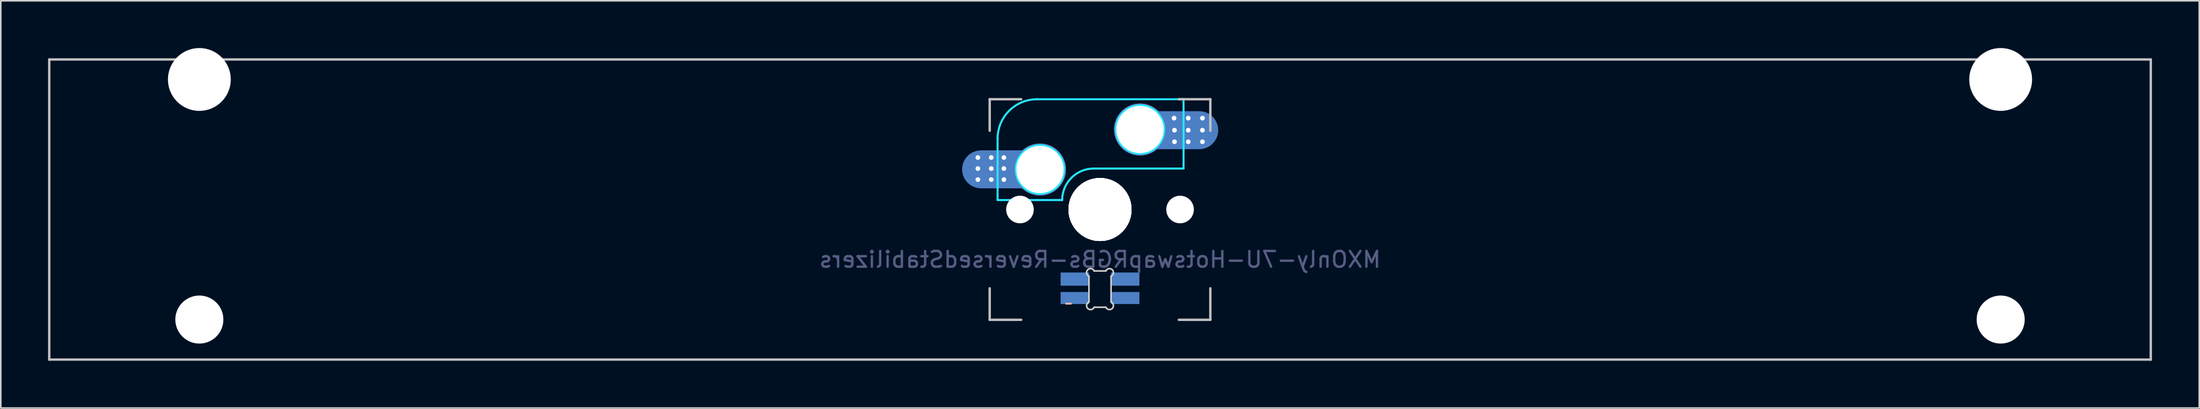
<source format=kicad_pcb>
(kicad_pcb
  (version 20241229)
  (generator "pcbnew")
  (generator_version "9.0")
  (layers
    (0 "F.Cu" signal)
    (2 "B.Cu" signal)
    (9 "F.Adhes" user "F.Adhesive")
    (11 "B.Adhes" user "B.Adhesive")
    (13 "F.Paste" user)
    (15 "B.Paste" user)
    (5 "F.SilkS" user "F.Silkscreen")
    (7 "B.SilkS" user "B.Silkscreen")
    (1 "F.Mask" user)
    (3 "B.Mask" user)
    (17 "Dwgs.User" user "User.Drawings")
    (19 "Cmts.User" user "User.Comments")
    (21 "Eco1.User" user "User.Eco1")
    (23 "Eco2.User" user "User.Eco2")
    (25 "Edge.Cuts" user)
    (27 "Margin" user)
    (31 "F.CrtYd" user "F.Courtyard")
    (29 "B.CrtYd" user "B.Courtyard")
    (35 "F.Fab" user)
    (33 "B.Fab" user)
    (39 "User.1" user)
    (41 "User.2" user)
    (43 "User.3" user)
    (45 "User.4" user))
  (footprint "MXOnly-7U-HotswapRGBs-ReversedStabilizers"
    (layer "F.Cu")
    (at 66.75 10.249)
    (property "Reference" "MXOnly-7U-HotswapRGBs-ReversedStabilizers" (at 0 3.175 0) (layer "B.Fab") (effects (font (size 1 1) (thickness 0.15)) (justify mirror)))
    (attr smd)
    (fp_line (start -2.15 5.975) (end -1.85 5.975) (stroke (width 0.12) (type solid)) (layer "B.SilkS"))
    (fp_line (start -66.675 -9.525) (end 66.675 -9.525) (stroke (width 0.15) (type solid)) (layer "Dwgs.User"))
    (fp_line (start -66.675 9.525) (end -66.675 -9.525) (stroke (width 0.15) (type solid)) (layer "Dwgs.User"))
    (fp_line (start -7 -7) (end -7 -5) (stroke (width 0.15) (type solid)) (layer "Dwgs.User"))
    (fp_line (start -7 5) (end -7 7) (stroke (width 0.15) (type solid)) (layer "Dwgs.User"))
    (fp_line (start -7 7) (end -5 7) (stroke (width 0.15) (type solid)) (layer "Dwgs.User"))
    (fp_line (start -5 -7) (end -7 -7) (stroke (width 0.15) (type solid)) (layer "Dwgs.User"))
    (fp_line (start 5 -7) (end 7 -7) (stroke (width 0.15) (type solid)) (layer "Dwgs.User"))
    (fp_line (start 5 7) (end 7 7) (stroke (width 0.15) (type solid)) (layer "Dwgs.User"))
    (fp_line (start 7 -5) (end 7 -7) (stroke (width 0.15) (type solid)) (layer "Dwgs.User"))
    (fp_line (start 7 7) (end 7 5) (stroke (width 0.15) (type solid)) (layer "Dwgs.User"))
    (fp_line (start 66.675 -9.525) (end 66.675 9.525) (stroke (width 0.15) (type solid)) (layer "Dwgs.User"))
    (fp_line (start 66.675 9.525) (end -66.675 9.525) (stroke (width 0.15) (type solid)) (layer "Dwgs.User"))
    (fp_line (start -0.701 5.873) (end -0.701 4.229) (stroke (width 0.1) (type solid)) (layer "Edge.Cuts"))
    (fp_line (start -0.372 3.9) (end 0.372 3.9) (stroke (width 0.1) (type solid)) (layer "Edge.Cuts"))
    (fp_line (start 0.372 6.202) (end -0.372 6.202) (stroke (width 0.1) (type solid)) (layer "Edge.Cuts"))
    (fp_line (start 0.701 4.229) (end 0.701 5.873) (stroke (width 0.1) (type solid)) (layer "Edge.Cuts"))
    (fp_arc (start -0.701007 4.229129) (mid -0.777791 3.823216) (end -0.371878 3.9) (stroke (width 0.1) (type solid)) (layer "Edge.Cuts"))
    (fp_arc (start -0.371878 6.202013) (mid -0.777748 6.278754) (end -0.701007 5.872884) (stroke (width 0.1) (type solid)) (layer "Edge.Cuts"))
    (fp_arc (start 0.371877 3.9) (mid 0.777804 3.823208) (end 0.701006 4.229129) (stroke (width 0.1) (type solid)) (layer "Edge.Cuts"))
    (fp_arc (start 0.701006 5.872884) (mid 0.777758 6.278765) (end 0.371877 6.202013) (stroke (width 0.1) (type solid)) (layer "Edge.Cuts"))
    (fp_line (start -6.5 -4.5) (end -6.5 -0.6) (stroke (width 0.127) (type solid)) (layer "B.CrtYd"))
    (fp_line (start -6.5 -0.6) (end -2.4 -0.6) (stroke (width 0.127) (type solid)) (layer "B.CrtYd"))
    (fp_line (start -0.4 -2.6) (end 5.3 -2.6) (stroke (width 0.127) (type solid)) (layer "B.CrtYd"))
    (fp_line (start 5.3 -7) (end -4 -7) (stroke (width 0.127) (type solid)) (layer "B.CrtYd"))
    (fp_line (start 5.3 -7) (end 5.3 -2.6) (stroke (width 0.127) (type solid)) (layer "B.CrtYd"))
    (fp_arc (start -6.5 -4.5) (mid -5.767767 -6.267767) (end -4 -7) (stroke (width 0.127) (type solid)) (layer "B.CrtYd"))
    (fp_arc (start -2.4 -0.6) (mid -1.814214 -2.014214) (end -0.4 -2.6) (stroke (width 0.127) (type solid)) (layer "B.CrtYd"))
    (fp_circle (center -3.81 -2.54) (end -2.286 -2.54) (stroke (width 0.15) (type solid)) (fill no) (layer "B.CrtYd"))
    (fp_circle (center 2.54 -5.08) (end 2.54 -6.604) (stroke (width 0.15) (type solid)) (fill no) (layer "B.CrtYd"))
    (pad "" np_thru_hole circle (at -57.15 -8.255) (size 3.988 3.988) (drill 3.988) (layers "*.Cu" "*.Mask"))
    (pad "" np_thru_hole circle (at -57.15 6.985) (size 3.048 3.048) (drill 3.048) (layers "*.Cu" "*.Mask"))
    (pad "" np_thru_hole circle (at -5.08 0 48.1) (size 1.75 1.75) (drill 1.75) (layers "*.Cu" "*.Mask"))
    (pad "" np_thru_hole circle (at 0 0) (size 3.988 3.988) (drill 3.988) (layers "*.Cu" "*.Mask"))
    (pad "" np_thru_hole circle (at 0 0) (size 3.988 3.988) (drill 3.988) (layers "*.Cu" "*.Mask"))
    (pad "" np_thru_hole circle (at 0 0) (size 4 4) (drill 4) (layers "*.Cu" "*.Mask"))
    (pad "" np_thru_hole circle (at 0 0) (size 4 4) (drill 4) (layers "*.Cu" "*.Mask"))
    (pad "" np_thru_hole circle (at 5.08 0 48.1) (size 1.75 1.75) (drill 1.75) (layers "*.Cu" "*.Mask"))
    (pad "" np_thru_hole circle (at 57.15 -8.255) (size 3.988 3.988) (drill 3.988) (layers "*.Cu" "*.Mask"))
    (pad "" np_thru_hole circle (at 57.15 6.985) (size 3.048 3.048) (drill 3.048) (layers "*.Cu" "*.Mask"))
    (pad "1" thru_hole circle (at 2.54 -5.08) (size 3.3 3.3) (drill 3) (layers "*.Cu" "B.Mask"))
    (pad "1" thru_hole circle (at 4.7 -5.8) (size 0.4 0.4) (drill 0.3) (layers "*.Cu" "B.Mask"))
    (pad "1" thru_hole circle (at 4.725 -5.035) (size 0.4 0.4) (drill 0.3) (layers "*.Cu" "B.Mask"))
    (pad "1" thru_hole circle (at 4.725 -4.3) (size 0.4 0.4) (drill 0.3) (layers "*.Cu" "B.Mask"))
    (pad "1" smd oval (at 4.75 -5.035) (size 5.5 2.41) (layers "B.Cu" "B.Mask" "B.Paste"))
    (pad "1" thru_hole circle (at 5.6 -5.8) (size 0.4 0.4) (drill 0.3) (layers "*.Cu" "B.Mask"))
    (pad "1" thru_hole circle (at 5.6 -5.035) (size 0.4 0.4) (drill 0.3) (layers "*.Cu" "B.Mask"))
    (pad "1" thru_hole circle (at 5.6 -4.3) (size 0.4 0.4) (drill 0.3) (layers "*.Cu" "B.Mask"))
    (pad "1" thru_hole circle (at 6.5 -5.8) (size 0.4 0.4) (drill 0.3) (layers "*.Cu" "B.Mask"))
    (pad "1" thru_hole circle (at 6.5 -5.035) (size 0.4 0.4) (drill 0.3) (layers "*.Cu" "B.Mask"))
    (pad "1" thru_hole circle (at 6.5 -4.3) (size 0.4 0.4) (drill 0.3) (layers "*.Cu" "B.Mask"))
    (pad "2" thru_hole circle (at -7.75 -3.3) (size 0.4 0.4) (drill 0.3) (layers "*.Cu" "B.Mask"))
    (pad "2" thru_hole circle (at -7.75 -2.6) (size 0.4 0.4) (drill 0.3) (layers "*.Cu" "B.Mask"))
    (pad "2" thru_hole circle (at -7.75 -1.9) (size 0.4 0.4) (drill 0.3) (layers "*.Cu" "B.Mask"))
    (pad "2" thru_hole circle (at -6.9 -3.3) (size 0.4 0.4) (drill 0.3) (layers "*.Cu" "B.Mask"))
    (pad "2" thru_hole circle (at -6.9 -2.6) (size 0.4 0.4) (drill 0.3) (layers "*.Cu" "B.Mask"))
    (pad "2" thru_hole circle (at -6.9 -1.9) (size 0.4 0.4) (drill 0.3) (layers "*.Cu" "B.Mask"))
    (pad "2" thru_hole circle (at -6.1 -3.3) (size 0.4 0.4) (drill 0.3) (layers "*.Cu" "B.Mask"))
    (pad "2" thru_hole circle (at -6.1 -2.6) (size 0.4 0.4) (drill 0.3) (layers "*.Cu" "B.Mask"))
    (pad "2" thru_hole circle (at -6.1 -1.9) (size 0.4 0.4) (drill 0.3) (layers "*.Cu" "B.Mask"))
    (pad "2" smd oval (at -6 -2.55) (size 5.5 2.41) (layers "B.Cu" "B.Mask" "B.Paste"))
    (pad "2" thru_hole circle (at -3.81 -2.54) (size 3.3 3.3) (drill 3) (layers "*.Cu" "B.Mask"))
    (pad "3" smd rect (at 1.6 4.418) (size 1.8 0.836) (layers "B.Cu" "B.Mask" "B.Paste"))
    (pad "4" smd rect (at -1.6 4.418) (size 1.8 0.836) (layers "B.Cu" "B.Mask" "B.Paste"))
    (pad "5" smd rect (at 1.6 5.618) (size 1.8 0.764) (layers "B.Cu" "B.Mask" "B.Paste"))
    (pad "6" smd rect (at -1.6 5.618) (size 1.8 0.764) (layers "B.Cu" "B.Mask" "B.Paste")))
  (gr_rect
    (start -3 -3)
    (end 136.5 22.849)
    (stroke (width 0.1) (type default))
    (fill no)
    (layer "Edge.Cuts")))
</source>
